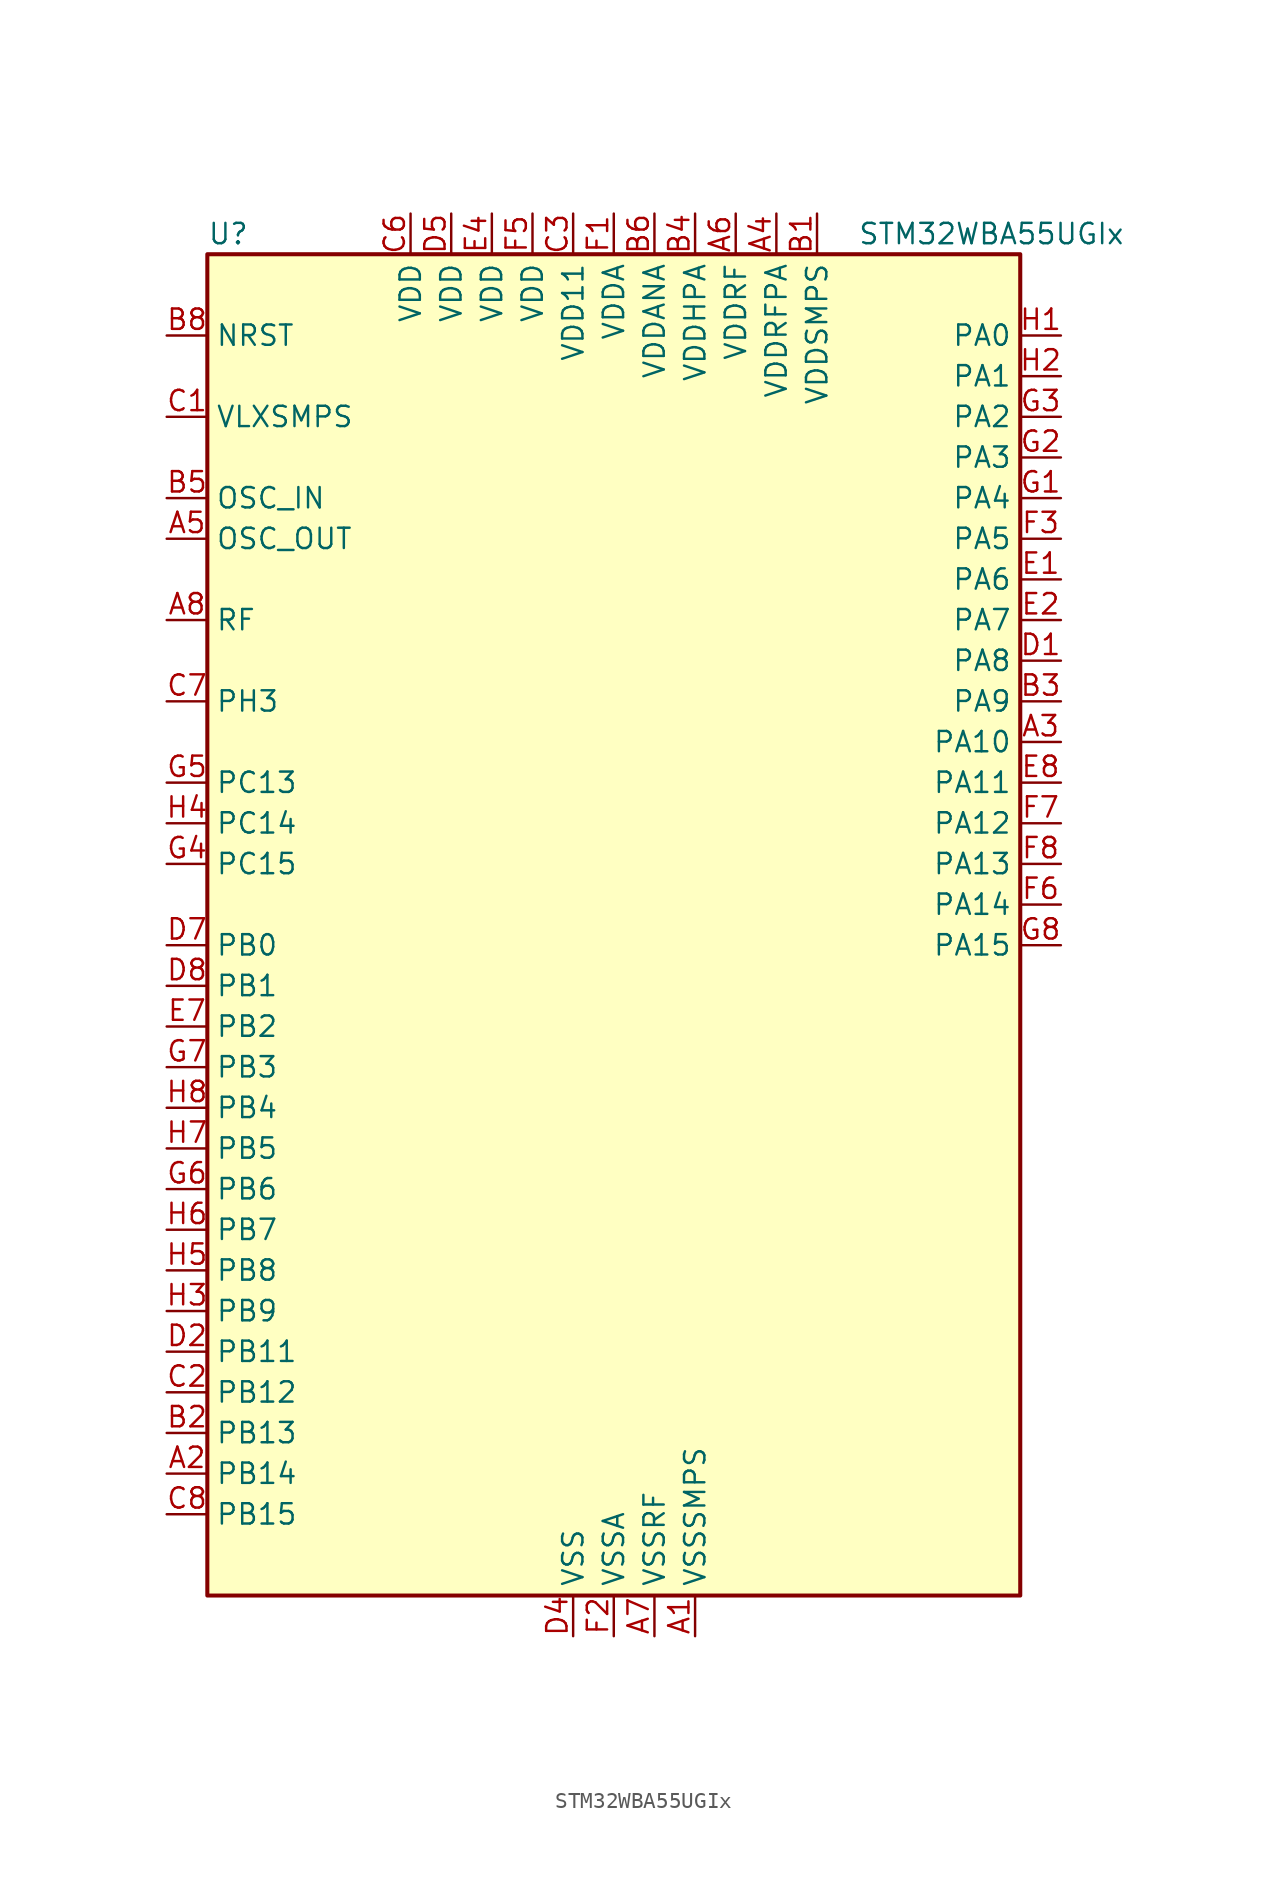
<source format=kicad_sym>
(kicad_symbol_lib
  (version 20231120)
  (generator "kicad-library-utils")
  (generator_version "8.0")
  (symbol "STM32WBA55UGIx"
    (property "Reference" "U"
      (at -25.4 44.45 0)
      (effects (font (size 1.27 1.27)) (justify left)))
    (property "Value" "STM32WBA55UGIx"
      (at 15.24 44.45 0)
      (effects (font (size 1.27 1.27)) (justify left)))
    (symbol "STM32WBA55UGIx_0_1"
      (rectangle (start -25.4 -40.64) (end 25.4 43.18) (stroke (width 0.254) (type default)) (fill (type background))))
    (symbol "STM32WBA55UGIx_1_1"
      (pin power_in line (at 5.08 -43.18 90) (length 2.54) (name "VSSSMPS" (effects (font (size 1.27 1.27)))) (number "A1" (effects (font (size 1.27 1.27)))))
      (pin bidirectional line (at -27.94 -33.02 0) (length 2.54) (name "PB14" (effects (font (size 1.27 1.27)))) (number "A2" (effects (font (size 1.27 1.27)))) (alternate "PWR_WKUP7" bidirectional line) (alternate "RTC_REFIN" bidirectional line) (alternate "SAI1_SD_A" bidirectional line) (alternate "TIM3_CH3" bidirectional line) (alternate "TSC_G6_IO1" bidirectional line) (alternate "USART1_TX" bidirectional line))
      (pin bidirectional line (at 27.94 12.7 180) (length 2.54) (name "PA10" (effects (font (size 1.27 1.27)))) (number "A3" (effects (font (size 1.27 1.27)))) (alternate "LPUART1_RX" bidirectional line) (alternate "SAI1_D1" bidirectional line) (alternate "TIM3_CH1" bidirectional line))
      (pin power_in line (at 10.16 45.72 270) (length 2.54) (name "VDDRFPA" (effects (font (size 1.27 1.27)))) (number "A4" (effects (font (size 1.27 1.27)))))
      (pin input line (at -27.94 25.4 0) (length 2.54) (name "OSC_OUT" (effects (font (size 1.27 1.27)))) (number "A5" (effects (font (size 1.27 1.27)))) (alternate "RCC_OSC_OUT" bidirectional line))
      (pin power_in line (at 7.62 45.72 270) (length 2.54) (name "VDDRF" (effects (font (size 1.27 1.27)))) (number "A6" (effects (font (size 1.27 1.27)))))
      (pin power_in line (at 2.54 -43.18 90) (length 2.54) (name "VSSRF" (effects (font (size 1.27 1.27)))) (number "A7" (effects (font (size 1.27 1.27)))))
      (pin bidirectional line (at -27.94 20.32 0) (length 2.54) (name "RF" (effects (font (size 1.27 1.27)))) (number "A8" (effects (font (size 1.27 1.27)))))
      (pin power_in line (at 12.7 45.72 270) (length 2.54) (name "VDDSMPS" (effects (font (size 1.27 1.27)))) (number "B1" (effects (font (size 1.27 1.27)))))
      (pin bidirectional line (at -27.94 -30.48 0) (length 2.54) (name "PB13" (effects (font (size 1.27 1.27)))) (number "B2" (effects (font (size 1.27 1.27)))) (alternate "TIM3_CH4" bidirectional line) (alternate "TSC_G6_IO2" bidirectional line))
      (pin bidirectional line (at 27.94 15.24 180) (length 2.54) (name "PA9" (effects (font (size 1.27 1.27)))) (number "B3" (effects (font (size 1.27 1.27)))) (alternate "LPUART1_DE" bidirectional line) (alternate "LPUART1_RTS" bidirectional line) (alternate "SAI1_CK1" bidirectional line) (alternate "TIM3_CH2" bidirectional line))
      (pin power_in line (at 5.08 45.72 270) (length 2.54) (name "VDDHPA" (effects (font (size 1.27 1.27)))) (number "B4" (effects (font (size 1.27 1.27)))))
      (pin input line (at -27.94 27.94 0) (length 2.54) (name "OSC_IN" (effects (font (size 1.27 1.27)))) (number "B5" (effects (font (size 1.27 1.27)))) (alternate "RCC_OSC_IN" bidirectional line))
      (pin power_in line (at 2.54 45.72 270) (length 2.54) (name "VDDANA" (effects (font (size 1.27 1.27)))) (number "B6" (effects (font (size 1.27 1.27)))))
      (pin passive line (at 2.54 -43.18 90) (length 2.54) hide (name "VSSRF" (effects (font (size 1.27 1.27)))) (number "B7" (effects (font (size 1.27 1.27)))))
      (pin input line (at -27.94 38.1 0) (length 2.54) (name "NRST" (effects (font (size 1.27 1.27)))) (number "B8" (effects (font (size 1.27 1.27)))))
      (pin power_in line (at -27.94 33.02 0) (length 2.54) (name "VLXSMPS" (effects (font (size 1.27 1.27)))) (number "C1" (effects (font (size 1.27 1.27)))))
      (pin bidirectional line (at -27.94 -27.94 0) (length 2.54) (name "PB12" (effects (font (size 1.27 1.27)))) (number "C2" (effects (font (size 1.27 1.27)))) (alternate "SAI1_SD_A" bidirectional line) (alternate "SPI1_RDY" bidirectional line) (alternate "TIM2_CH1" bidirectional line) (alternate "TIM2_ETR" bidirectional line) (alternate "TIM3_ETR" bidirectional line) (alternate "TSC_SYNC" bidirectional line) (alternate "USART1_TX" bidirectional line))
      (pin power_in line (at -2.54 45.72 270) (length 2.54) (name "VDD11" (effects (font (size 1.27 1.27)))) (number "C3" (effects (font (size 1.27 1.27)))))
      (pin power_in line (at -12.7 45.72 270) (length 2.54) (name "VDD" (effects (font (size 1.27 1.27)))) (number "C6" (effects (font (size 1.27 1.27)))))
      (pin bidirectional line (at -27.94 15.24 0) (length 2.54) (name "PH3" (effects (font (size 1.27 1.27)))) (number "C7" (effects (font (size 1.27 1.27)))) (alternate "PTA_GRANT" bidirectional line) (alternate "RF_EXTPABYP" bidirectional line) (alternate "TAMP_IN2" bidirectional line) (alternate "TAMP_OUT1" bidirectional line))
      (pin bidirectional line (at -27.94 -35.56 0) (length 2.54) (name "PB15" (effects (font (size 1.27 1.27)))) (number "C8" (effects (font (size 1.27 1.27)))) (alternate "ADC4_EXTI15" bidirectional line) (alternate "I2C1_SMBA" bidirectional line) (alternate "I2C3_SMBA" bidirectional line) (alternate "LPUART1_CTS" bidirectional line) (alternate "PTA_GRANT" bidirectional line) (alternate "RF_EXTPABYP" bidirectional line) (alternate "TIM16_BKIN" bidirectional line) (alternate "TIM1_BKIN2" bidirectional line) (alternate "USART2_CTS" bidirectional line))
      (pin bidirectional line (at 27.94 17.78 180) (length 2.54) (name "PA8" (effects (font (size 1.27 1.27)))) (number "D1" (effects (font (size 1.27 1.27)))) (alternate "ADC4_IN1" bidirectional line) (alternate "LPTIM1_CH2" bidirectional line) (alternate "RCC_MCO" bidirectional line) (alternate "SAI1_FS_A" bidirectional line) (alternate "SPI3_RDY" bidirectional line) (alternate "TIM2_CH2" bidirectional line) (alternate "TSC_G1_IO1" bidirectional line) (alternate "USART1_RX" bidirectional line))
      (pin bidirectional line (at -27.94 -25.4 0) (length 2.54) (name "PB11" (effects (font (size 1.27 1.27)))) (number "D2" (effects (font (size 1.27 1.27)))) (alternate "LPTIM1_CH1" bidirectional line) (alternate "LPTIM1_ETR" bidirectional line) (alternate "LPUART1_TX" bidirectional line))
      (pin power_in line (at -2.54 -43.18 90) (length 2.54) (name "VSS" (effects (font (size 1.27 1.27)))) (number "D4" (effects (font (size 1.27 1.27)))))
      (pin power_in line (at -10.16 45.72 270) (length 2.54) (name "VDD" (effects (font (size 1.27 1.27)))) (number "D5" (effects (font (size 1.27 1.27)))))
      (pin passive line (at -2.54 -43.18 90) (length 2.54) hide (name "VSS" (effects (font (size 1.27 1.27)))) (number "D6" (effects (font (size 1.27 1.27)))))
      (pin bidirectional line (at -27.94 0 0) (length 2.54) (name "PB0" (effects (font (size 1.27 1.27)))) (number "D7" (effects (font (size 1.27 1.27)))) (alternate "LPTIM2_IN2" bidirectional line) (alternate "TIM1_CH3N" bidirectional line) (alternate "USART2_TX" bidirectional line))
      (pin bidirectional line (at -27.94 -2.54 0) (length 2.54) (name "PB1" (effects (font (size 1.27 1.27)))) (number "D8" (effects (font (size 1.27 1.27)))) (alternate "I2C1_SDA" bidirectional line) (alternate "I2C3_SDA" bidirectional line) (alternate "PWR_WKUP4" bidirectional line) (alternate "TIM1_CH2N" bidirectional line) (alternate "USART2_DE" bidirectional line) (alternate "USART2_RTS" bidirectional line))
      (pin bidirectional line (at 27.94 22.86 180) (length 2.54) (name "PA6" (effects (font (size 1.27 1.27)))) (number "E1" (effects (font (size 1.27 1.27)))) (alternate "ADC4_IN3" bidirectional line) (alternate "I2C3_SCL" bidirectional line) (alternate "PWR_CSTOP" bidirectional line) (alternate "PWR_WKUP7" bidirectional line) (alternate "SAI1_CK2" bidirectional line) (alternate "SAI1_MCLK_A" bidirectional line) (alternate "SPI3_RDY" bidirectional line) (alternate "TIM2_CH4" bidirectional line) (alternate "TSC_G1_IO3" bidirectional line) (alternate "USART1_DE" bidirectional line) (alternate "USART1_RTS" bidirectional line))
      (pin bidirectional line (at 27.94 20.32 180) (length 2.54) (name "PA7" (effects (font (size 1.27 1.27)))) (number "E2" (effects (font (size 1.27 1.27)))) (alternate "ADC4_IN2" bidirectional line) (alternate "COMP1_OUT" bidirectional line) (alternate "I2C3_SDA" bidirectional line) (alternate "PWR_WKUP8" bidirectional line) (alternate "SAI1_SCK_A" bidirectional line) (alternate "TAMP_IN1" bidirectional line) (alternate "TAMP_OUT2" bidirectional line) (alternate "TIM2_CH3" bidirectional line) (alternate "TSC_G1_IO2" bidirectional line) (alternate "USART1_CTS" bidirectional line))
      (pin passive line (at -2.54 -43.18 90) (length 2.54) hide (name "VSS" (effects (font (size 1.27 1.27)))) (number "E3" (effects (font (size 1.27 1.27)))))
      (pin power_in line (at -7.62 45.72 270) (length 2.54) (name "VDD" (effects (font (size 1.27 1.27)))) (number "E4" (effects (font (size 1.27 1.27)))))
      (pin passive line (at -2.54 -43.18 90) (length 2.54) hide (name "VSS" (effects (font (size 1.27 1.27)))) (number "E5" (effects (font (size 1.27 1.27)))))
      (pin bidirectional line (at -27.94 -5.08 0) (length 2.54) (name "PB2" (effects (font (size 1.27 1.27)))) (number "E7" (effects (font (size 1.27 1.27)))) (alternate "I2C1_SCL" bidirectional line) (alternate "I2C3_SCL" bidirectional line) (alternate "PWR_WKUP1" bidirectional line) (alternate "RF_ANTSW2" bidirectional line) (alternate "RTC_OUT2" bidirectional line) (alternate "TIM1_CH1N" bidirectional line) (alternate "USART2_CTS" bidirectional line))
      (pin bidirectional line (at 27.94 10.16 180) (length 2.54) (name "PA11" (effects (font (size 1.27 1.27)))) (number "E8" (effects (font (size 1.27 1.27)))) (alternate "LPTIM2_CH1" bidirectional line) (alternate "RF_ANTSW1" bidirectional line) (alternate "TIM1_CH1" bidirectional line) (alternate "USART2_RX" bidirectional line))
      (pin power_in line (at 0 45.72 270) (length 2.54) (name "VDDA" (effects (font (size 1.27 1.27)))) (number "F1" (effects (font (size 1.27 1.27)))))
      (pin power_in line (at 0 -43.18 90) (length 2.54) (name "VSSA" (effects (font (size 1.27 1.27)))) (number "F2" (effects (font (size 1.27 1.27)))))
      (pin bidirectional line (at 27.94 25.4 180) (length 2.54) (name "PA5" (effects (font (size 1.27 1.27)))) (number "F3" (effects (font (size 1.27 1.27)))) (alternate "ADC4_IN4" bidirectional line) (alternate "AUDIOCLK" bidirectional line) (alternate "LPTIM2_ETR" bidirectional line) (alternate "PWR_CSLEEP" bidirectional line) (alternate "PWR_WKUP6" bidirectional line) (alternate "SAI1_D2" bidirectional line) (alternate "SPI3_NSS" bidirectional line) (alternate "TIM2_CH1" bidirectional line) (alternate "TIM2_ETR" bidirectional line) (alternate "TSC_G1_IO4" bidirectional line) (alternate "USART1_CK" bidirectional line))
      (pin power_in line (at -5.08 45.72 270) (length 2.54) (name "VDD" (effects (font (size 1.27 1.27)))) (number "F5" (effects (font (size 1.27 1.27)))))
      (pin bidirectional line (at 27.94 2.54 180) (length 2.54) (name "PA14" (effects (font (size 1.27 1.27)))) (number "F6" (effects (font (size 1.27 1.27)))) (alternate "COMP2_OUT" bidirectional line) (alternate "DEBUG_JTCK-SWCLK" bidirectional line) (alternate "PTA_STATUS" bidirectional line) (alternate "TAMP_IN3" bidirectional line) (alternate "TAMP_OUT6" bidirectional line) (alternate "USART2_TX" bidirectional line))
      (pin bidirectional line (at 27.94 7.62 180) (length 2.54) (name "PA12" (effects (font (size 1.27 1.27)))) (number "F7" (effects (font (size 1.27 1.27)))) (alternate "COMP2_OUT" bidirectional line) (alternate "PTA_STATUS" bidirectional line) (alternate "PWR_WKUP6" bidirectional line) (alternate "RF_ANTSW0" bidirectional line) (alternate "SPI1_NSS" bidirectional line) (alternate "TIM1_CH2" bidirectional line) (alternate "TSC_G3_IO4" bidirectional line) (alternate "USART2_TX" bidirectional line))
      (pin bidirectional line (at 27.94 5.08 180) (length 2.54) (name "PA13" (effects (font (size 1.27 1.27)))) (number "F8" (effects (font (size 1.27 1.27)))) (alternate "DEBUG_JTMS-SWDIO" bidirectional line) (alternate "IR_OUT" bidirectional line) (alternate "PTA_PRIORITY" bidirectional line))
      (pin bidirectional line (at 27.94 27.94 180) (length 2.54) (name "PA4" (effects (font (size 1.27 1.27)))) (number "G1" (effects (font (size 1.27 1.27)))) (alternate "ADC4_IN5" bidirectional line) (alternate "AUDIOCLK" bidirectional line) (alternate "PWR_WKUP2" bidirectional line) (alternate "TAMP_IN6" bidirectional line) (alternate "TAMP_OUT3" bidirectional line) (alternate "TIM16_CH1" bidirectional line) (alternate "TSC_G4_IO1" bidirectional line) (alternate "USART1_CTS" bidirectional line))
      (pin bidirectional line (at 27.94 30.48 180) (length 2.54) (name "PA3" (effects (font (size 1.27 1.27)))) (number "G2" (effects (font (size 1.27 1.27)))) (alternate "ADC4_IN6" bidirectional line) (alternate "PWR_WKUP5" bidirectional line) (alternate "TIM16_CH1N" bidirectional line) (alternate "TSC_G4_IO2" bidirectional line) (alternate "USART1_DE" bidirectional line) (alternate "USART1_RTS" bidirectional line))
      (pin bidirectional line (at 27.94 33.02 180) (length 2.54) (name "PA2" (effects (font (size 1.27 1.27)))) (number "G3" (effects (font (size 1.27 1.27)))) (alternate "ADC4_IN7" bidirectional line) (alternate "COMP1_INP" bidirectional line) (alternate "LPUART1_TX" bidirectional line) (alternate "PWR_WKUP4" bidirectional line) (alternate "RCC_LSCO" bidirectional line) (alternate "SAI1_D1" bidirectional line) (alternate "TIM16_CH1" bidirectional line) (alternate "TIM1_BKIN" bidirectional line) (alternate "TIM3_CH1" bidirectional line) (alternate "TSC_G4_IO4" bidirectional line) (alternate "USART1_DE" bidirectional line) (alternate "USART1_RTS" bidirectional line))
      (pin bidirectional line (at -27.94 5.08 0) (length 2.54) (name "PC15" (effects (font (size 1.27 1.27)))) (number "G4" (effects (font (size 1.27 1.27)))) (alternate "ADC4_EXTI15" bidirectional line) (alternate "RCC_OSC32_OUT" bidirectional line))
      (pin bidirectional line (at -27.94 10.16 0) (length 2.54) (name "PC13" (effects (font (size 1.27 1.27)))) (number "G5" (effects (font (size 1.27 1.27)))) (alternate "PWR_WKUP2" bidirectional line) (alternate "RTC_OUT1" bidirectional line) (alternate "RTC_TS" bidirectional line) (alternate "TAMP_IN4" bidirectional line) (alternate "TAMP_OUT5" bidirectional line) (alternate "TIM1_BKIN2" bidirectional line) (alternate "TSC_G5_IO1" bidirectional line))
      (pin bidirectional line (at -27.94 -15.24 0) (length 2.54) (name "PB6" (effects (font (size 1.27 1.27)))) (number "G6" (effects (font (size 1.27 1.27)))) (alternate "PWR_WKUP3" bidirectional line) (alternate "SAI1_SCK_B" bidirectional line) (alternate "TIM2_CH1" bidirectional line) (alternate "TIM2_ETR" bidirectional line) (alternate "TSC_G5_IO3" bidirectional line))
      (pin bidirectional line (at -27.94 -7.62 0) (length 2.54) (name "PB3" (effects (font (size 1.27 1.27)))) (number "G7" (effects (font (size 1.27 1.27)))) (alternate "DEBUG_JTDO-SWO" bidirectional line) (alternate "I2C1_SDA" bidirectional line) (alternate "LPTIM1_IN2" bidirectional line) (alternate "PTA_ACTIVE" bidirectional line) (alternate "SPI1_MISO" bidirectional line) (alternate "TIM17_CH1N" bidirectional line) (alternate "TIM1_CH4" bidirectional line) (alternate "TSC_G3_IO2" bidirectional line) (alternate "USART2_CK" bidirectional line))
      (pin bidirectional line (at 27.94 0 180) (length 2.54) (name "PA15" (effects (font (size 1.27 1.27)))) (number "G8" (effects (font (size 1.27 1.27)))) (alternate "ADC4_EXTI15" bidirectional line) (alternate "DEBUG_JTDI" bidirectional line) (alternate "I2C1_SCL" bidirectional line) (alternate "LPTIM1_CH2" bidirectional line) (alternate "PTA_STATUS" bidirectional line) (alternate "SPI1_MOSI" bidirectional line) (alternate "TIM17_BKIN" bidirectional line) (alternate "TIM1_ETR" bidirectional line) (alternate "TSC_G3_IO3" bidirectional line) (alternate "USART2_DE" bidirectional line) (alternate "USART2_RTS" bidirectional line))
      (pin bidirectional line (at 27.94 38.1 180) (length 2.54) (name "PA0" (effects (font (size 1.27 1.27)))) (number "H1" (effects (font (size 1.27 1.27)))) (alternate "ADC4_IN9" bidirectional line) (alternate "COMP2_INP" bidirectional line) (alternate "LPTIM1_IN1" bidirectional line) (alternate "LPUART1_CTS" bidirectional line) (alternate "PWR_WKUP1" bidirectional line) (alternate "SPI3_SCK" bidirectional line) (alternate "TIM1_CH2N" bidirectional line) (alternate "TIM3_CH3" bidirectional line) (alternate "TIM3_ETR" bidirectional line) (alternate "TSC_G2_IO2" bidirectional line))
      (pin bidirectional line (at 27.94 35.56 180) (length 2.54) (name "PA1" (effects (font (size 1.27 1.27)))) (number "H2" (effects (font (size 1.27 1.27)))) (alternate "ADC4_IN8" bidirectional line) (alternate "COMP1_INM" bidirectional line) (alternate "LPTIM2_CH2" bidirectional line) (alternate "LPUART1_RX" bidirectional line) (alternate "PWR_WKUP3" bidirectional line) (alternate "SAI1_CK1" bidirectional line) (alternate "SPI1_RDY" bidirectional line) (alternate "TIM17_CH1" bidirectional line) (alternate "TIM1_CH1N" bidirectional line) (alternate "TIM3_CH2" bidirectional line) (alternate "TSC_G2_IO1" bidirectional line) (alternate "USART1_CK" bidirectional line))
      (pin bidirectional line (at -27.94 -22.86 0) (length 2.54) (name "PB9" (effects (font (size 1.27 1.27)))) (number "H3" (effects (font (size 1.27 1.27)))) (alternate "ADC4_IN10" bidirectional line) (alternate "COMP2_INM" bidirectional line) (alternate "IR_OUT" bidirectional line) (alternate "LPTIM2_IN1" bidirectional line) (alternate "LPUART1_DE" bidirectional line) (alternate "LPUART1_RTS" bidirectional line) (alternate "PWR_WKUP8" bidirectional line) (alternate "SPI3_MISO" bidirectional line) (alternate "TIM16_CH1" bidirectional line) (alternate "TIM1_CH3N" bidirectional line) (alternate "TIM3_CH4" bidirectional line) (alternate "TSC_G2_IO3" bidirectional line))
      (pin bidirectional line (at -27.94 7.62 0) (length 2.54) (name "PC14" (effects (font (size 1.27 1.27)))) (number "H4" (effects (font (size 1.27 1.27)))) (alternate "RCC_OSC32_IN" bidirectional line))
      (pin bidirectional line (at -27.94 -20.32 0) (length 2.54) (name "PB8" (effects (font (size 1.27 1.27)))) (number "H5" (effects (font (size 1.27 1.27)))) (alternate "COMP1_OUT" bidirectional line) (alternate "LPTIM1_ETR" bidirectional line) (alternate "PWR_PVD_IN" bidirectional line) (alternate "SPI3_MOSI" bidirectional line) (alternate "TIM16_CH1N" bidirectional line) (alternate "TIM1_CH1" bidirectional line) (alternate "TIM3_ETR" bidirectional line) (alternate "TSC_G2_IO4" bidirectional line) (alternate "USART2_RX" bidirectional line))
      (pin bidirectional line (at -27.94 -17.78 0) (length 2.54) (name "PB7" (effects (font (size 1.27 1.27)))) (number "H6" (effects (font (size 1.27 1.27)))) (alternate "PWR_WKUP5" bidirectional line) (alternate "SAI1_SD_B" bidirectional line) (alternate "TAMP_IN5" bidirectional line) (alternate "TAMP_OUT4" bidirectional line) (alternate "TIM1_CH4N" bidirectional line) (alternate "TSC_G5_IO2" bidirectional line))
      (pin bidirectional line (at -27.94 -12.7 0) (length 2.54) (name "PB5" (effects (font (size 1.27 1.27)))) (number "H7" (effects (font (size 1.27 1.27)))) (alternate "LPUART1_TX" bidirectional line) (alternate "SAI1_D2" bidirectional line) (alternate "SAI1_FS_B" bidirectional line) (alternate "TIM3_CH1" bidirectional line) (alternate "TSC_G5_IO4" bidirectional line))
      (pin bidirectional line (at -27.94 -10.16 0) (length 2.54) (name "PB4" (effects (font (size 1.27 1.27)))) (number "H8" (effects (font (size 1.27 1.27)))) (alternate "DEBUG_JTRST" bidirectional line) (alternate "LPTIM2_IN2" bidirectional line) (alternate "PTA_ACTIVE" bidirectional line) (alternate "PTA_PRIORITY" bidirectional line) (alternate "SAI1_MCLK_B" bidirectional line) (alternate "SPI1_SCK" bidirectional line) (alternate "TIM17_CH1" bidirectional line) (alternate "TIM1_CH3" bidirectional line) (alternate "TSC_G3_IO1" bidirectional line) (alternate "USART2_RX" bidirectional line)))))
</source>
